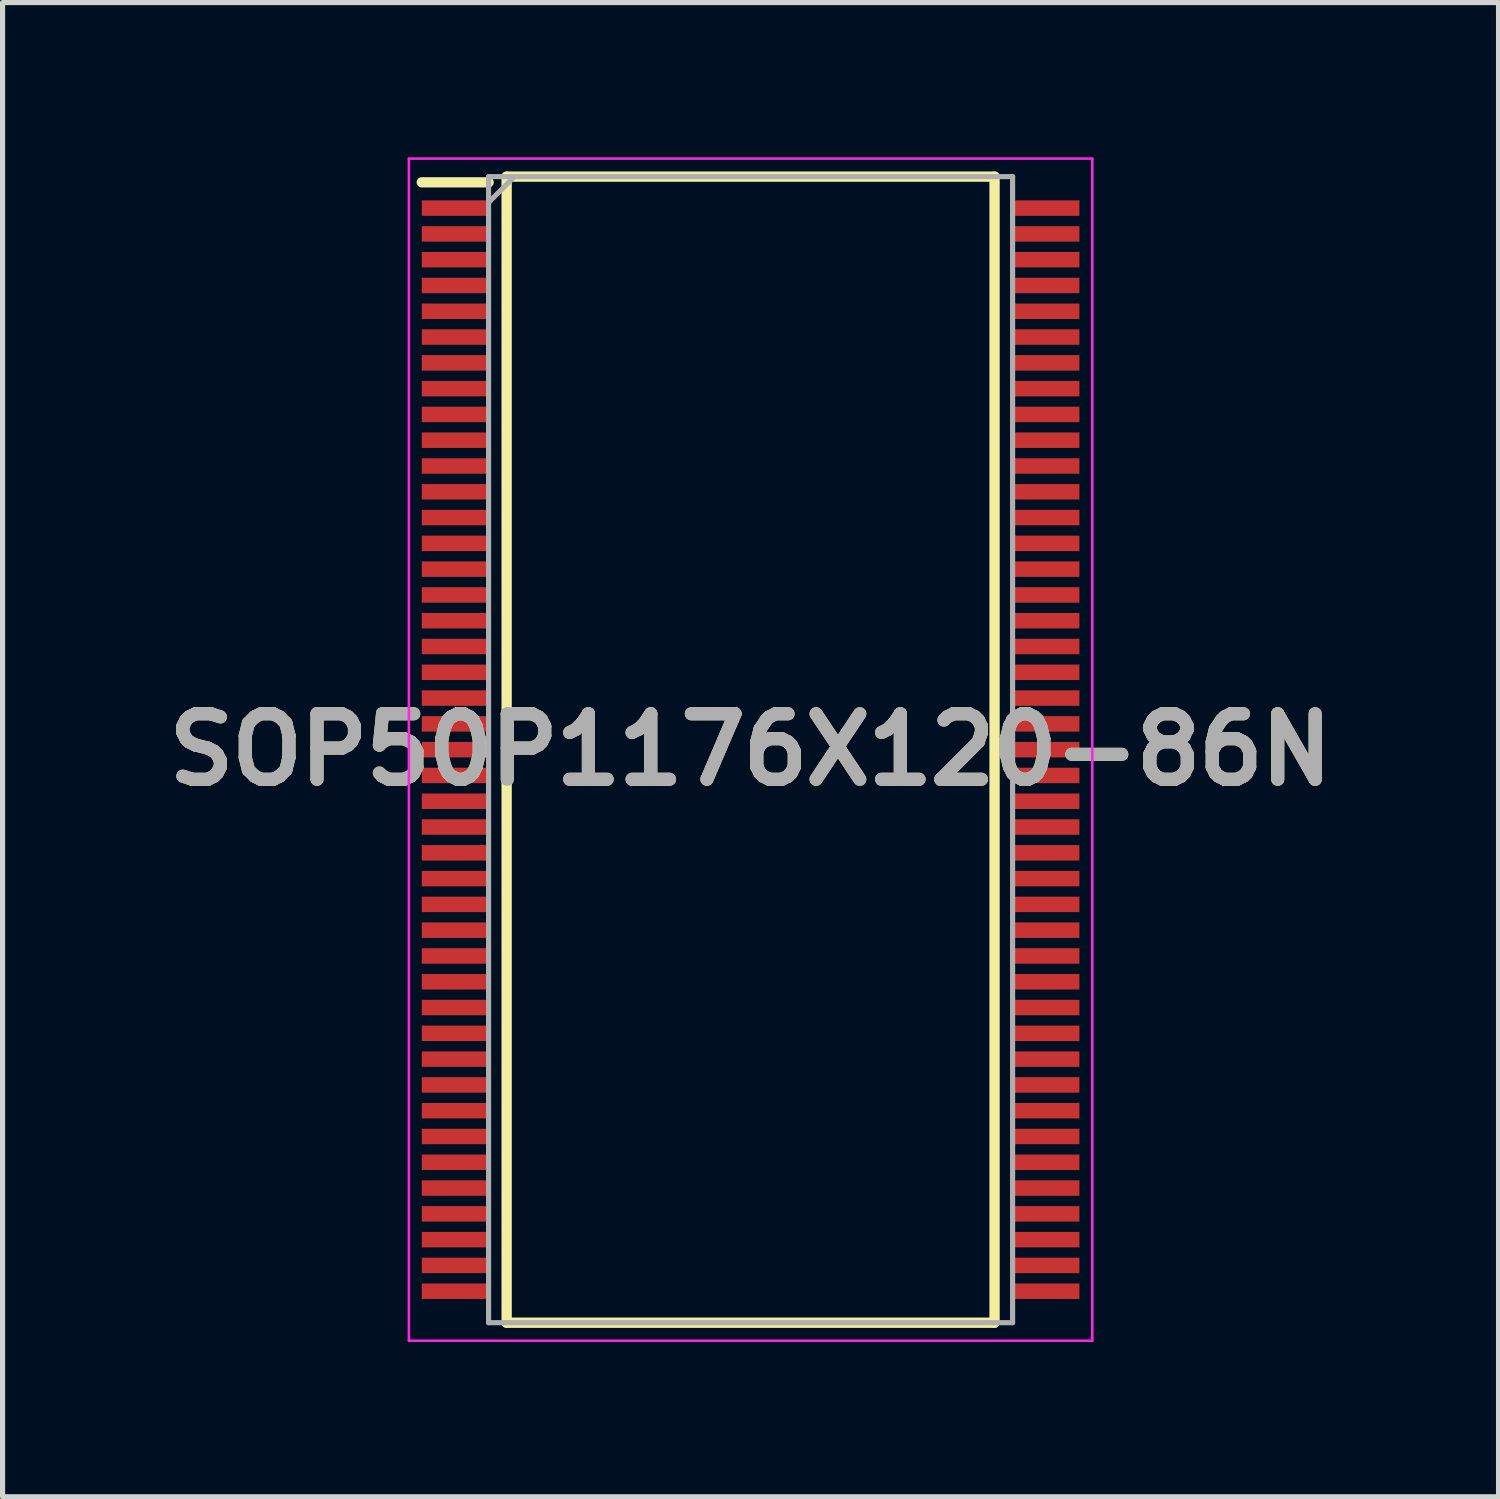
<source format=kicad_pcb>
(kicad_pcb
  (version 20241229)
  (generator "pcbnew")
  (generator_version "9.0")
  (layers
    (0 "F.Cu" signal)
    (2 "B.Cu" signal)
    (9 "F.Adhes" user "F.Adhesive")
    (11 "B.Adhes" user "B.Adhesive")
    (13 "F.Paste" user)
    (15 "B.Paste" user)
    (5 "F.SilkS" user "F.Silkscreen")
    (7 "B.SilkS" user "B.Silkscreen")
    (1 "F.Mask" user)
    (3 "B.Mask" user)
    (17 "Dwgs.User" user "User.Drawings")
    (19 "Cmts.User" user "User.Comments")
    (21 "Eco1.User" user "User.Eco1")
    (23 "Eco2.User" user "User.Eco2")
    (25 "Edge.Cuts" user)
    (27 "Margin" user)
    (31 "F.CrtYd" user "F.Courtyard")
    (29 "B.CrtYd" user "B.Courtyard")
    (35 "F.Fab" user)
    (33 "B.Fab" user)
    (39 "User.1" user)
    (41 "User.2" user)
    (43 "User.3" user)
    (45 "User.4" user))
  (footprint "SOP50P1176X120-86N"
    (layer "F.Cu")
    (at 11.503 11.485)
    (property "Reference" "SOP50P1176X120-86N" (at 0 0 0) (layer "F.SilkS") (effects (font (size 1.27 1.27) (thickness 0.254))))
    (attr smd)
    (fp_line (start -6.375 -11) (end -5.08 -11) (stroke (width 0.2) (type solid)) (layer "F.SilkS"))
    (fp_line (start -4.73 -11.11) (end 4.73 -11.11) (stroke (width 0.2) (type solid)) (layer "F.SilkS"))
    (fp_line (start -4.73 11.11) (end -4.73 -11.11) (stroke (width 0.2) (type solid)) (layer "F.SilkS"))
    (fp_line (start 4.73 -11.11) (end 4.73 11.11) (stroke (width 0.2) (type solid)) (layer "F.SilkS"))
    (fp_line (start 4.73 11.11) (end -4.73 11.11) (stroke (width 0.2) (type solid)) (layer "F.SilkS"))
    (fp_line (start -6.625 -11.46) (end 6.625 -11.46) (stroke (width 0.05) (type solid)) (layer "F.CrtYd"))
    (fp_line (start -6.625 11.46) (end -6.625 -11.46) (stroke (width 0.05) (type solid)) (layer "F.CrtYd"))
    (fp_line (start 6.625 -11.46) (end 6.625 11.46) (stroke (width 0.05) (type solid)) (layer "F.CrtYd"))
    (fp_line (start 6.625 11.46) (end -6.625 11.46) (stroke (width 0.05) (type solid)) (layer "F.CrtYd"))
    (fp_line (start -5.08 -11.11) (end 5.08 -11.11) (stroke (width 0.1) (type solid)) (layer "F.Fab"))
    (fp_line (start -5.08 -10.61) (end -4.58 -11.11) (stroke (width 0.1) (type solid)) (layer "F.Fab"))
    (fp_line (start -5.08 11.11) (end -5.08 -11.11) (stroke (width 0.1) (type solid)) (layer "F.Fab"))
    (fp_line (start 5.08 -11.11) (end 5.08 11.11) (stroke (width 0.1) (type solid)) (layer "F.Fab"))
    (fp_line (start 5.08 11.11) (end -5.08 11.11) (stroke (width 0.1) (type solid)) (layer "F.Fab"))
    (fp_text user "${REFERENCE}" (at 0 0 0) (layer "F.Fab") (effects (font (size 1.27 1.27) (thickness 0.254))))
    (pad "1" smd rect (at -5.728 -10.5 90) (size 0.3 1.295) (layers "F.Cu" "F.Mask" "F.Paste"))
    (pad "2" smd rect (at -5.728 -10 90) (size 0.3 1.295) (layers "F.Cu" "F.Mask" "F.Paste"))
    (pad "3" smd rect (at -5.728 -9.5 90) (size 0.3 1.295) (layers "F.Cu" "F.Mask" "F.Paste"))
    (pad "4" smd rect (at -5.728 -9 90) (size 0.3 1.295) (layers "F.Cu" "F.Mask" "F.Paste"))
    (pad "5" smd rect (at -5.728 -8.5 90) (size 0.3 1.295) (layers "F.Cu" "F.Mask" "F.Paste"))
    (pad "6" smd rect (at -5.728 -8 90) (size 0.3 1.295) (layers "F.Cu" "F.Mask" "F.Paste"))
    (pad "7" smd rect (at -5.728 -7.5 90) (size 0.3 1.295) (layers "F.Cu" "F.Mask" "F.Paste"))
    (pad "8" smd rect (at -5.728 -7 90) (size 0.3 1.295) (layers "F.Cu" "F.Mask" "F.Paste"))
    (pad "9" smd rect (at -5.728 -6.5 90) (size 0.3 1.295) (layers "F.Cu" "F.Mask" "F.Paste"))
    (pad "10" smd rect (at -5.728 -6 90) (size 0.3 1.295) (layers "F.Cu" "F.Mask" "F.Paste"))
    (pad "11" smd rect (at -5.728 -5.5 90) (size 0.3 1.295) (layers "F.Cu" "F.Mask" "F.Paste"))
    (pad "12" smd rect (at -5.728 -5 90) (size 0.3 1.295) (layers "F.Cu" "F.Mask" "F.Paste"))
    (pad "13" smd rect (at -5.728 -4.5 90) (size 0.3 1.295) (layers "F.Cu" "F.Mask" "F.Paste"))
    (pad "14" smd rect (at -5.728 -4 90) (size 0.3 1.295) (layers "F.Cu" "F.Mask" "F.Paste"))
    (pad "15" smd rect (at -5.728 -3.5 90) (size 0.3 1.295) (layers "F.Cu" "F.Mask" "F.Paste"))
    (pad "16" smd rect (at -5.728 -3 90) (size 0.3 1.295) (layers "F.Cu" "F.Mask" "F.Paste"))
    (pad "17" smd rect (at -5.728 -2.5 90) (size 0.3 1.295) (layers "F.Cu" "F.Mask" "F.Paste"))
    (pad "18" smd rect (at -5.728 -2 90) (size 0.3 1.295) (layers "F.Cu" "F.Mask" "F.Paste"))
    (pad "19" smd rect (at -5.728 -1.5 90) (size 0.3 1.295) (layers "F.Cu" "F.Mask" "F.Paste"))
    (pad "20" smd rect (at -5.728 -1 90) (size 0.3 1.295) (layers "F.Cu" "F.Mask" "F.Paste"))
    (pad "21" smd rect (at -5.728 -0.5 90) (size 0.3 1.295) (layers "F.Cu" "F.Mask" "F.Paste"))
    (pad "22" smd rect (at -5.728 0 90) (size 0.3 1.295) (layers "F.Cu" "F.Mask" "F.Paste"))
    (pad "23" smd rect (at -5.728 0.5 90) (size 0.3 1.295) (layers "F.Cu" "F.Mask" "F.Paste"))
    (pad "24" smd rect (at -5.728 1 90) (size 0.3 1.295) (layers "F.Cu" "F.Mask" "F.Paste"))
    (pad "25" smd rect (at -5.728 1.5 90) (size 0.3 1.295) (layers "F.Cu" "F.Mask" "F.Paste"))
    (pad "26" smd rect (at -5.728 2 90) (size 0.3 1.295) (layers "F.Cu" "F.Mask" "F.Paste"))
    (pad "27" smd rect (at -5.728 2.5 90) (size 0.3 1.295) (layers "F.Cu" "F.Mask" "F.Paste"))
    (pad "28" smd rect (at -5.728 3 90) (size 0.3 1.295) (layers "F.Cu" "F.Mask" "F.Paste"))
    (pad "29" smd rect (at -5.728 3.5 90) (size 0.3 1.295) (layers "F.Cu" "F.Mask" "F.Paste"))
    (pad "30" smd rect (at -5.728 4 90) (size 0.3 1.295) (layers "F.Cu" "F.Mask" "F.Paste"))
    (pad "31" smd rect (at -5.728 4.5 90) (size 0.3 1.295) (layers "F.Cu" "F.Mask" "F.Paste"))
    (pad "32" smd rect (at -5.728 5 90) (size 0.3 1.295) (layers "F.Cu" "F.Mask" "F.Paste"))
    (pad "33" smd rect (at -5.728 5.5 90) (size 0.3 1.295) (layers "F.Cu" "F.Mask" "F.Paste"))
    (pad "34" smd rect (at -5.728 6 90) (size 0.3 1.295) (layers "F.Cu" "F.Mask" "F.Paste"))
    (pad "35" smd rect (at -5.728 6.5 90) (size 0.3 1.295) (layers "F.Cu" "F.Mask" "F.Paste"))
    (pad "36" smd rect (at -5.728 7 90) (size 0.3 1.295) (layers "F.Cu" "F.Mask" "F.Paste"))
    (pad "37" smd rect (at -5.728 7.5 90) (size 0.3 1.295) (layers "F.Cu" "F.Mask" "F.Paste"))
    (pad "38" smd rect (at -5.728 8 90) (size 0.3 1.295) (layers "F.Cu" "F.Mask" "F.Paste"))
    (pad "39" smd rect (at -5.728 8.5 90) (size 0.3 1.295) (layers "F.Cu" "F.Mask" "F.Paste"))
    (pad "40" smd rect (at -5.728 9 90) (size 0.3 1.295) (layers "F.Cu" "F.Mask" "F.Paste"))
    (pad "41" smd rect (at -5.728 9.5 90) (size 0.3 1.295) (layers "F.Cu" "F.Mask" "F.Paste"))
    (pad "42" smd rect (at -5.728 10 90) (size 0.3 1.295) (layers "F.Cu" "F.Mask" "F.Paste"))
    (pad "43" smd rect (at -5.728 10.5 90) (size 0.3 1.295) (layers "F.Cu" "F.Mask" "F.Paste"))
    (pad "44" smd rect (at 5.728 10.5 90) (size 0.3 1.295) (layers "F.Cu" "F.Mask" "F.Paste"))
    (pad "45" smd rect (at 5.728 10 90) (size 0.3 1.295) (layers "F.Cu" "F.Mask" "F.Paste"))
    (pad "46" smd rect (at 5.728 9.5 90) (size 0.3 1.295) (layers "F.Cu" "F.Mask" "F.Paste"))
    (pad "47" smd rect (at 5.728 9 90) (size 0.3 1.295) (layers "F.Cu" "F.Mask" "F.Paste"))
    (pad "48" smd rect (at 5.728 8.5 90) (size 0.3 1.295) (layers "F.Cu" "F.Mask" "F.Paste"))
    (pad "49" smd rect (at 5.728 8 90) (size 0.3 1.295) (layers "F.Cu" "F.Mask" "F.Paste"))
    (pad "50" smd rect (at 5.728 7.5 90) (size 0.3 1.295) (layers "F.Cu" "F.Mask" "F.Paste"))
    (pad "51" smd rect (at 5.728 7 90) (size 0.3 1.295) (layers "F.Cu" "F.Mask" "F.Paste"))
    (pad "52" smd rect (at 5.728 6.5 90) (size 0.3 1.295) (layers "F.Cu" "F.Mask" "F.Paste"))
    (pad "53" smd rect (at 5.728 6 90) (size 0.3 1.295) (layers "F.Cu" "F.Mask" "F.Paste"))
    (pad "54" smd rect (at 5.728 5.5 90) (size 0.3 1.295) (layers "F.Cu" "F.Mask" "F.Paste"))
    (pad "55" smd rect (at 5.728 5 90) (size 0.3 1.295) (layers "F.Cu" "F.Mask" "F.Paste"))
    (pad "56" smd rect (at 5.728 4.5 90) (size 0.3 1.295) (layers "F.Cu" "F.Mask" "F.Paste"))
    (pad "57" smd rect (at 5.728 4 90) (size 0.3 1.295) (layers "F.Cu" "F.Mask" "F.Paste"))
    (pad "58" smd rect (at 5.728 3.5 90) (size 0.3 1.295) (layers "F.Cu" "F.Mask" "F.Paste"))
    (pad "59" smd rect (at 5.728 3 90) (size 0.3 1.295) (layers "F.Cu" "F.Mask" "F.Paste"))
    (pad "60" smd rect (at 5.728 2.5 90) (size 0.3 1.295) (layers "F.Cu" "F.Mask" "F.Paste"))
    (pad "61" smd rect (at 5.728 2 90) (size 0.3 1.295) (layers "F.Cu" "F.Mask" "F.Paste"))
    (pad "62" smd rect (at 5.728 1.5 90) (size 0.3 1.295) (layers "F.Cu" "F.Mask" "F.Paste"))
    (pad "63" smd rect (at 5.728 1 90) (size 0.3 1.295) (layers "F.Cu" "F.Mask" "F.Paste"))
    (pad "64" smd rect (at 5.728 0.5 90) (size 0.3 1.295) (layers "F.Cu" "F.Mask" "F.Paste"))
    (pad "65" smd rect (at 5.728 0 90) (size 0.3 1.295) (layers "F.Cu" "F.Mask" "F.Paste"))
    (pad "66" smd rect (at 5.728 -0.5 90) (size 0.3 1.295) (layers "F.Cu" "F.Mask" "F.Paste"))
    (pad "67" smd rect (at 5.728 -1 90) (size 0.3 1.295) (layers "F.Cu" "F.Mask" "F.Paste"))
    (pad "68" smd rect (at 5.728 -1.5 90) (size 0.3 1.295) (layers "F.Cu" "F.Mask" "F.Paste"))
    (pad "69" smd rect (at 5.728 -2 90) (size 0.3 1.295) (layers "F.Cu" "F.Mask" "F.Paste"))
    (pad "70" smd rect (at 5.728 -2.5 90) (size 0.3 1.295) (layers "F.Cu" "F.Mask" "F.Paste"))
    (pad "71" smd rect (at 5.728 -3 90) (size 0.3 1.295) (layers "F.Cu" "F.Mask" "F.Paste"))
    (pad "72" smd rect (at 5.728 -3.5 90) (size 0.3 1.295) (layers "F.Cu" "F.Mask" "F.Paste"))
    (pad "73" smd rect (at 5.728 -4 90) (size 0.3 1.295) (layers "F.Cu" "F.Mask" "F.Paste"))
    (pad "74" smd rect (at 5.728 -4.5 90) (size 0.3 1.295) (layers "F.Cu" "F.Mask" "F.Paste"))
    (pad "75" smd rect (at 5.728 -5 90) (size 0.3 1.295) (layers "F.Cu" "F.Mask" "F.Paste"))
    (pad "76" smd rect (at 5.728 -5.5 90) (size 0.3 1.295) (layers "F.Cu" "F.Mask" "F.Paste"))
    (pad "77" smd rect (at 5.728 -6 90) (size 0.3 1.295) (layers "F.Cu" "F.Mask" "F.Paste"))
    (pad "78" smd rect (at 5.728 -6.5 90) (size 0.3 1.295) (layers "F.Cu" "F.Mask" "F.Paste"))
    (pad "79" smd rect (at 5.728 -7 90) (size 0.3 1.295) (layers "F.Cu" "F.Mask" "F.Paste"))
    (pad "80" smd rect (at 5.728 -7.5 90) (size 0.3 1.295) (layers "F.Cu" "F.Mask" "F.Paste"))
    (pad "81" smd rect (at 5.728 -8 90) (size 0.3 1.295) (layers "F.Cu" "F.Mask" "F.Paste"))
    (pad "82" smd rect (at 5.728 -8.5 90) (size 0.3 1.295) (layers "F.Cu" "F.Mask" "F.Paste"))
    (pad "83" smd rect (at 5.728 -9 90) (size 0.3 1.295) (layers "F.Cu" "F.Mask" "F.Paste"))
    (pad "84" smd rect (at 5.728 -9.5 90) (size 0.3 1.295) (layers "F.Cu" "F.Mask" "F.Paste"))
    (pad "85" smd rect (at 5.728 -10 90) (size 0.3 1.295) (layers "F.Cu" "F.Mask" "F.Paste"))
    (pad "86" smd rect (at 5.728 -10.5 90) (size 0.3 1.295) (layers "F.Cu" "F.Mask" "F.Paste")))
  (gr_rect
    (start -3 -3)
    (end 26.005 25.97)
    (stroke (width 0.1) (type default))
    (fill no)
    (layer "Edge.Cuts")))
</source>
